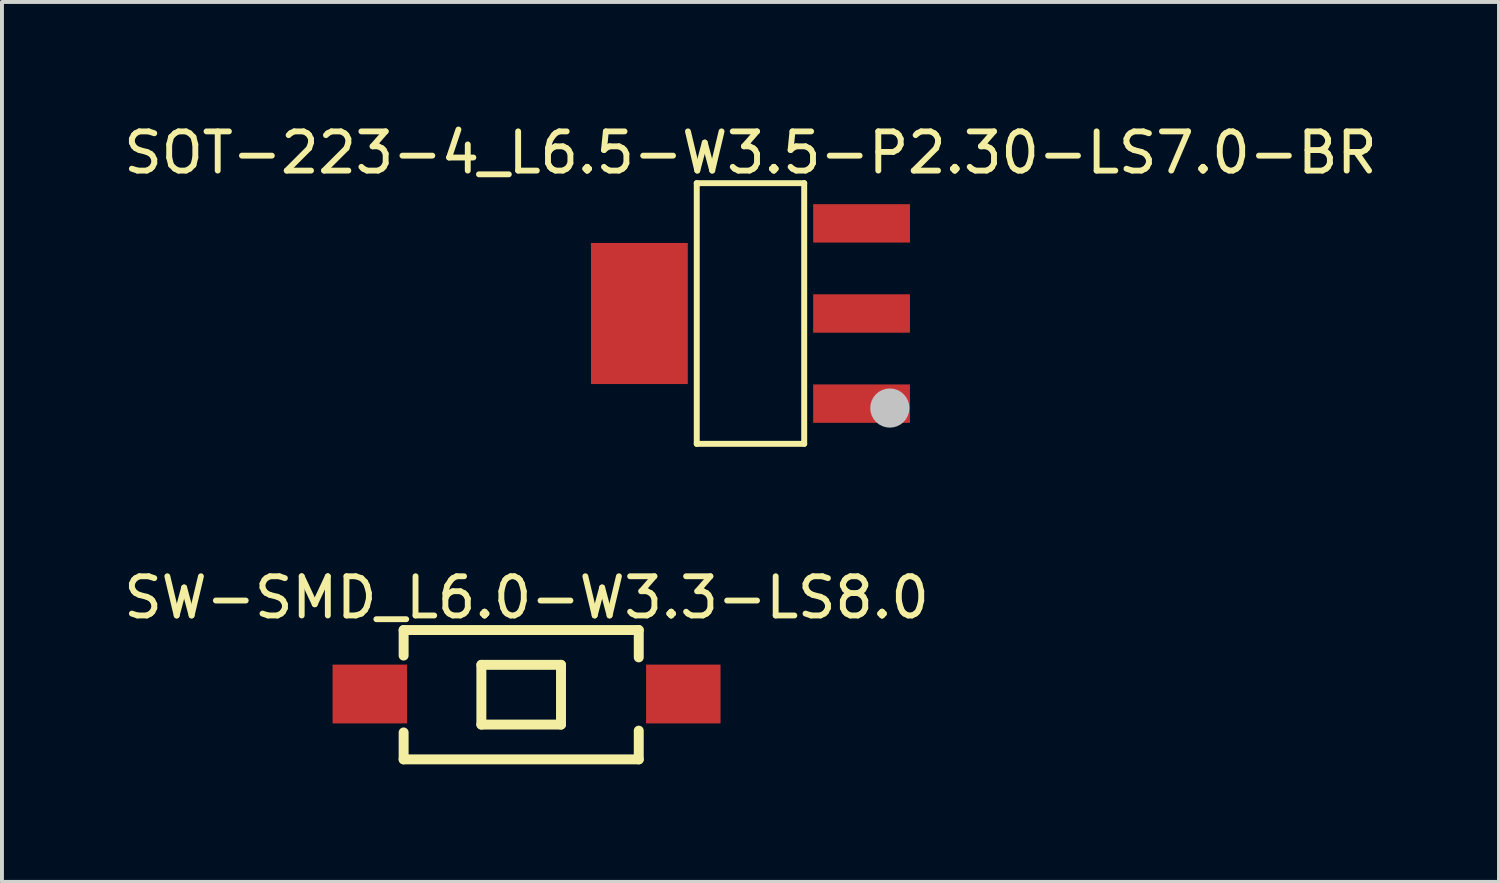
<source format=kicad_pcb>
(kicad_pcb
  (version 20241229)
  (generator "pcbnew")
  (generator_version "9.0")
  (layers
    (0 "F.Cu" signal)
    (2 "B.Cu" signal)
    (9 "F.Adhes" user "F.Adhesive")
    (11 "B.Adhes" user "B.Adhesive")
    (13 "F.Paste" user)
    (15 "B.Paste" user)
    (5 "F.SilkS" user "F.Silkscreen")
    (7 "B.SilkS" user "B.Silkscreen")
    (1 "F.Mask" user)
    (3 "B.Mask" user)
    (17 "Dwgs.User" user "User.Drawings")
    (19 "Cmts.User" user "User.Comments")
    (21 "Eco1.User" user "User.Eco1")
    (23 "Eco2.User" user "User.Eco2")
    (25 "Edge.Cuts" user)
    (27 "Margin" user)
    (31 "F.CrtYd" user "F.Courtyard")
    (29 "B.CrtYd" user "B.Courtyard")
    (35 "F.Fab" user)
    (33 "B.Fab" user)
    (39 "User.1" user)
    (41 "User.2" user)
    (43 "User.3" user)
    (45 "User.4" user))
  (footprint "SW-SMD_L6.0-W3.3-LS8.0"
    (layer "F.Cu")
    (at 10.387 14.66)
    (property "Reference" "SW-SMD_L6.0-W3.3-LS8.0" (at 0 -2.459 0) (layer "F.SilkS") (effects (font (size 1 1) (thickness 0.15))))
    (fp_line (start -3.137 -1.632) (end -3.137 -0.981) (stroke (width 0.254) (type default)) (layer "F.SilkS"))
    (fp_line (start -3.137 -1.632) (end 2.863 -1.632) (stroke (width 0.254) (type default)) (layer "F.SilkS"))
    (fp_line (start -3.137 0.981) (end -3.137 1.668) (stroke (width 0.254) (type default)) (layer "F.SilkS"))
    (fp_line (start -1.153 -0.744) (end 0.879 -0.744) (stroke (width 0.254) (type default)) (layer "F.SilkS"))
    (fp_line (start -1.153 0.78) (end -1.153 -0.744) (stroke (width 0.254) (type default)) (layer "F.SilkS"))
    (fp_line (start 0.879 -0.744) (end 0.879 0.78) (stroke (width 0.254) (type default)) (layer "F.SilkS"))
    (fp_line (start 0.879 0.78) (end -1.153 0.78) (stroke (width 0.254) (type default)) (layer "F.SilkS"))
    (fp_line (start 2.863 -0.935) (end 2.863 -1.632) (stroke (width 0.254) (type default)) (layer "F.SilkS"))
    (fp_line (start 2.863 1.668) (end -3.137 1.668) (stroke (width 0.254) (type default)) (layer "F.SilkS"))
    (fp_line (start 2.863 1.668) (end 2.863 0.935) (stroke (width 0.254) (type default)) (layer "F.SilkS"))
    (fp_poly (pts (xy -3.999 0.45) (xy -3.999 -0.45) (xy -3.299 -0.45) (xy -3.299 0.45)) (stroke (width 0.1) (type default)) (fill no) (layer "User.1"))
    (fp_poly (pts (xy -3.62 0.45) (xy -3.62 -0.45) (xy -2.99 -0.45) (xy -2.99 0.45)) (stroke (width 0.1) (type default)) (fill no) (layer "User.1"))
    (fp_poly (pts (xy 3.3 0.45) (xy 3.3 -0.45) (xy 4 -0.45) (xy 4 0.45)) (stroke (width 0.1) (type default)) (fill no) (layer "User.1"))
    (fp_poly (pts (xy 3.62 -0.45) (xy 3.62 0.45) (xy 2.99 0.45) (xy 2.99 -0.45)) (stroke (width 0.1) (type default)) (fill no) (layer "User.1"))
    (fp_line (start -3 -1.65) (end 3 -1.65) (stroke (width 0.051) (type default)) (layer "User.2"))
    (fp_line (start -3 1.65) (end -3 -1.65) (stroke (width 0.051) (type default)) (layer "User.2"))
    (fp_line (start 3 -1.65) (end 3 1.65) (stroke (width 0.051) (type default)) (layer "User.2"))
    (fp_line (start 3 1.65) (end -3 1.65) (stroke (width 0.051) (type default)) (layer "User.2"))
    (fp_poly (pts (xy -3.944 1.627) (xy -3.977 1.595) (xy -4.022 1.595) (xy -4.055 1.627) (xy -4.055 1.673) (xy -4.022 1.705) (xy -3.977 1.705) (xy -3.944 1.673)) (stroke (width 0.1) (type default)) (fill no) (layer "User.3"))
    (pad "1" smd rect (at -4 0) (size 1.9 1.5) (layers "F.Cu" "F.Mask" "F.Paste"))
    (pad "2" smd rect (at 4 0) (size 1.9 1.5) (layers "F.Cu" "F.Mask" "F.Paste")))
  (footprint "SOT-223-4_L6.5-W3.5-P2.30-LS7.0-BR"
    (layer "F.Cu")
    (at 16.101 4.95)
    (property "Reference" "SOT-223-4_L6.5-W3.5-P2.30-LS7.0-BR" (at 0 -4.102 0) (layer "F.SilkS") (effects (font (size 1 1) (thickness 0.15))))
    (fp_line (start -1.371 -3.326) (end 1.371 -3.326) (stroke (width 0.152) (type default)) (layer "F.SilkS"))
    (fp_line (start -1.371 3.326) (end -1.371 -3.326) (stroke (width 0.152) (type default)) (layer "F.SilkS"))
    (fp_line (start 1.371 -3.326) (end 1.371 3.326) (stroke (width 0.152) (type default)) (layer "F.SilkS"))
    (fp_line (start 1.371 3.326) (end -1.371 3.326) (stroke (width 0.152) (type default)) (layer "F.SilkS"))
    (fp_circle (center 3.556 2.413) (end 3.806 2.413) (stroke (width 0.5) (type default)) (fill no) (layer "Dwgs.User"))
    (fp_poly (pts (xy -2.56 1.5) (xy -2.56 -1.5) (xy -1.74 -1.5) (xy -1.74 1.5)) (stroke (width 0.1) (type default)) (fill no) (layer "User.1"))
    (fp_poly (pts (xy -2.55 1.5) (xy -2.55 -1.5) (xy -3.5 -1.5) (xy -3.5 1.5)) (stroke (width 0.1) (type default)) (fill no) (layer "User.1"))
    (fp_poly (pts (xy 1.74 -1.95) (xy 1.74 -2.65) (xy 2.56 -2.65) (xy 2.56 -1.95)) (stroke (width 0.1) (type default)) (fill no) (layer "User.1"))
    (fp_poly (pts (xy 1.74 0.35) (xy 1.74 -0.35) (xy 2.56 -0.35) (xy 2.56 0.35)) (stroke (width 0.1) (type default)) (fill no) (layer "User.1"))
    (fp_poly (pts (xy 1.74 2.65) (xy 1.74 1.95) (xy 2.56 1.95) (xy 2.56 2.65)) (stroke (width 0.1) (type default)) (fill no) (layer "User.1"))
    (fp_poly (pts (xy 2.55 -1.95) (xy 2.55 -2.65) (xy 3.5 -2.65) (xy 3.5 -1.95)) (stroke (width 0.1) (type default)) (fill no) (layer "User.1"))
    (fp_poly (pts (xy 2.55 0.35) (xy 2.55 -0.35) (xy 3.5 -0.35) (xy 3.5 0.35)) (stroke (width 0.1) (type default)) (fill no) (layer "User.1"))
    (fp_poly (pts (xy 2.55 2.65) (xy 2.55 1.95) (xy 3.5 1.95) (xy 3.5 2.65)) (stroke (width 0.1) (type default)) (fill no) (layer "User.1"))
    (fp_line (start -1.75 -3.25) (end 1.75 -3.25) (stroke (width 0.051) (type default)) (layer "User.2"))
    (fp_line (start -1.75 3.25) (end -1.75 -3.25) (stroke (width 0.051) (type default)) (layer "User.2"))
    (fp_line (start 1.75 -3.25) (end 1.75 3.25) (stroke (width 0.051) (type default)) (layer "User.2"))
    (fp_line (start 1.75 3.25) (end -1.75 3.25) (stroke (width 0.051) (type default)) (layer "User.2"))
    (fp_poly (pts (xy 3.555 3.227) (xy 3.523 3.195) (xy 3.477 3.195) (xy 3.445 3.227) (xy 3.445 3.273) (xy 3.477 3.305) (xy 3.523 3.305) (xy 3.555 3.273)) (stroke (width 0.1) (type default)) (fill no) (layer "User.3"))
    (pad "1" smd rect (at 2.835 2.3) (size 2.47 0.98) (layers "F.Cu" "F.Mask" "F.Paste"))
    (pad "2" smd rect (at 2.835 0) (size 2.47 0.98) (layers "F.Cu" "F.Mask" "F.Paste"))
    (pad "3" smd rect (at 2.835 -2.3) (size 2.47 0.98) (layers "F.Cu" "F.Mask" "F.Paste"))
    (pad "4" smd rect (at -2.835 0) (size 2.47 3.6) (layers "F.Cu" "F.Mask" "F.Paste")))
  (gr_rect
    (start -3 -3)
    (end 35.202 19.455)
    (stroke (width 0.1) (type default))
    (fill no)
    (layer "Edge.Cuts")))
</source>
